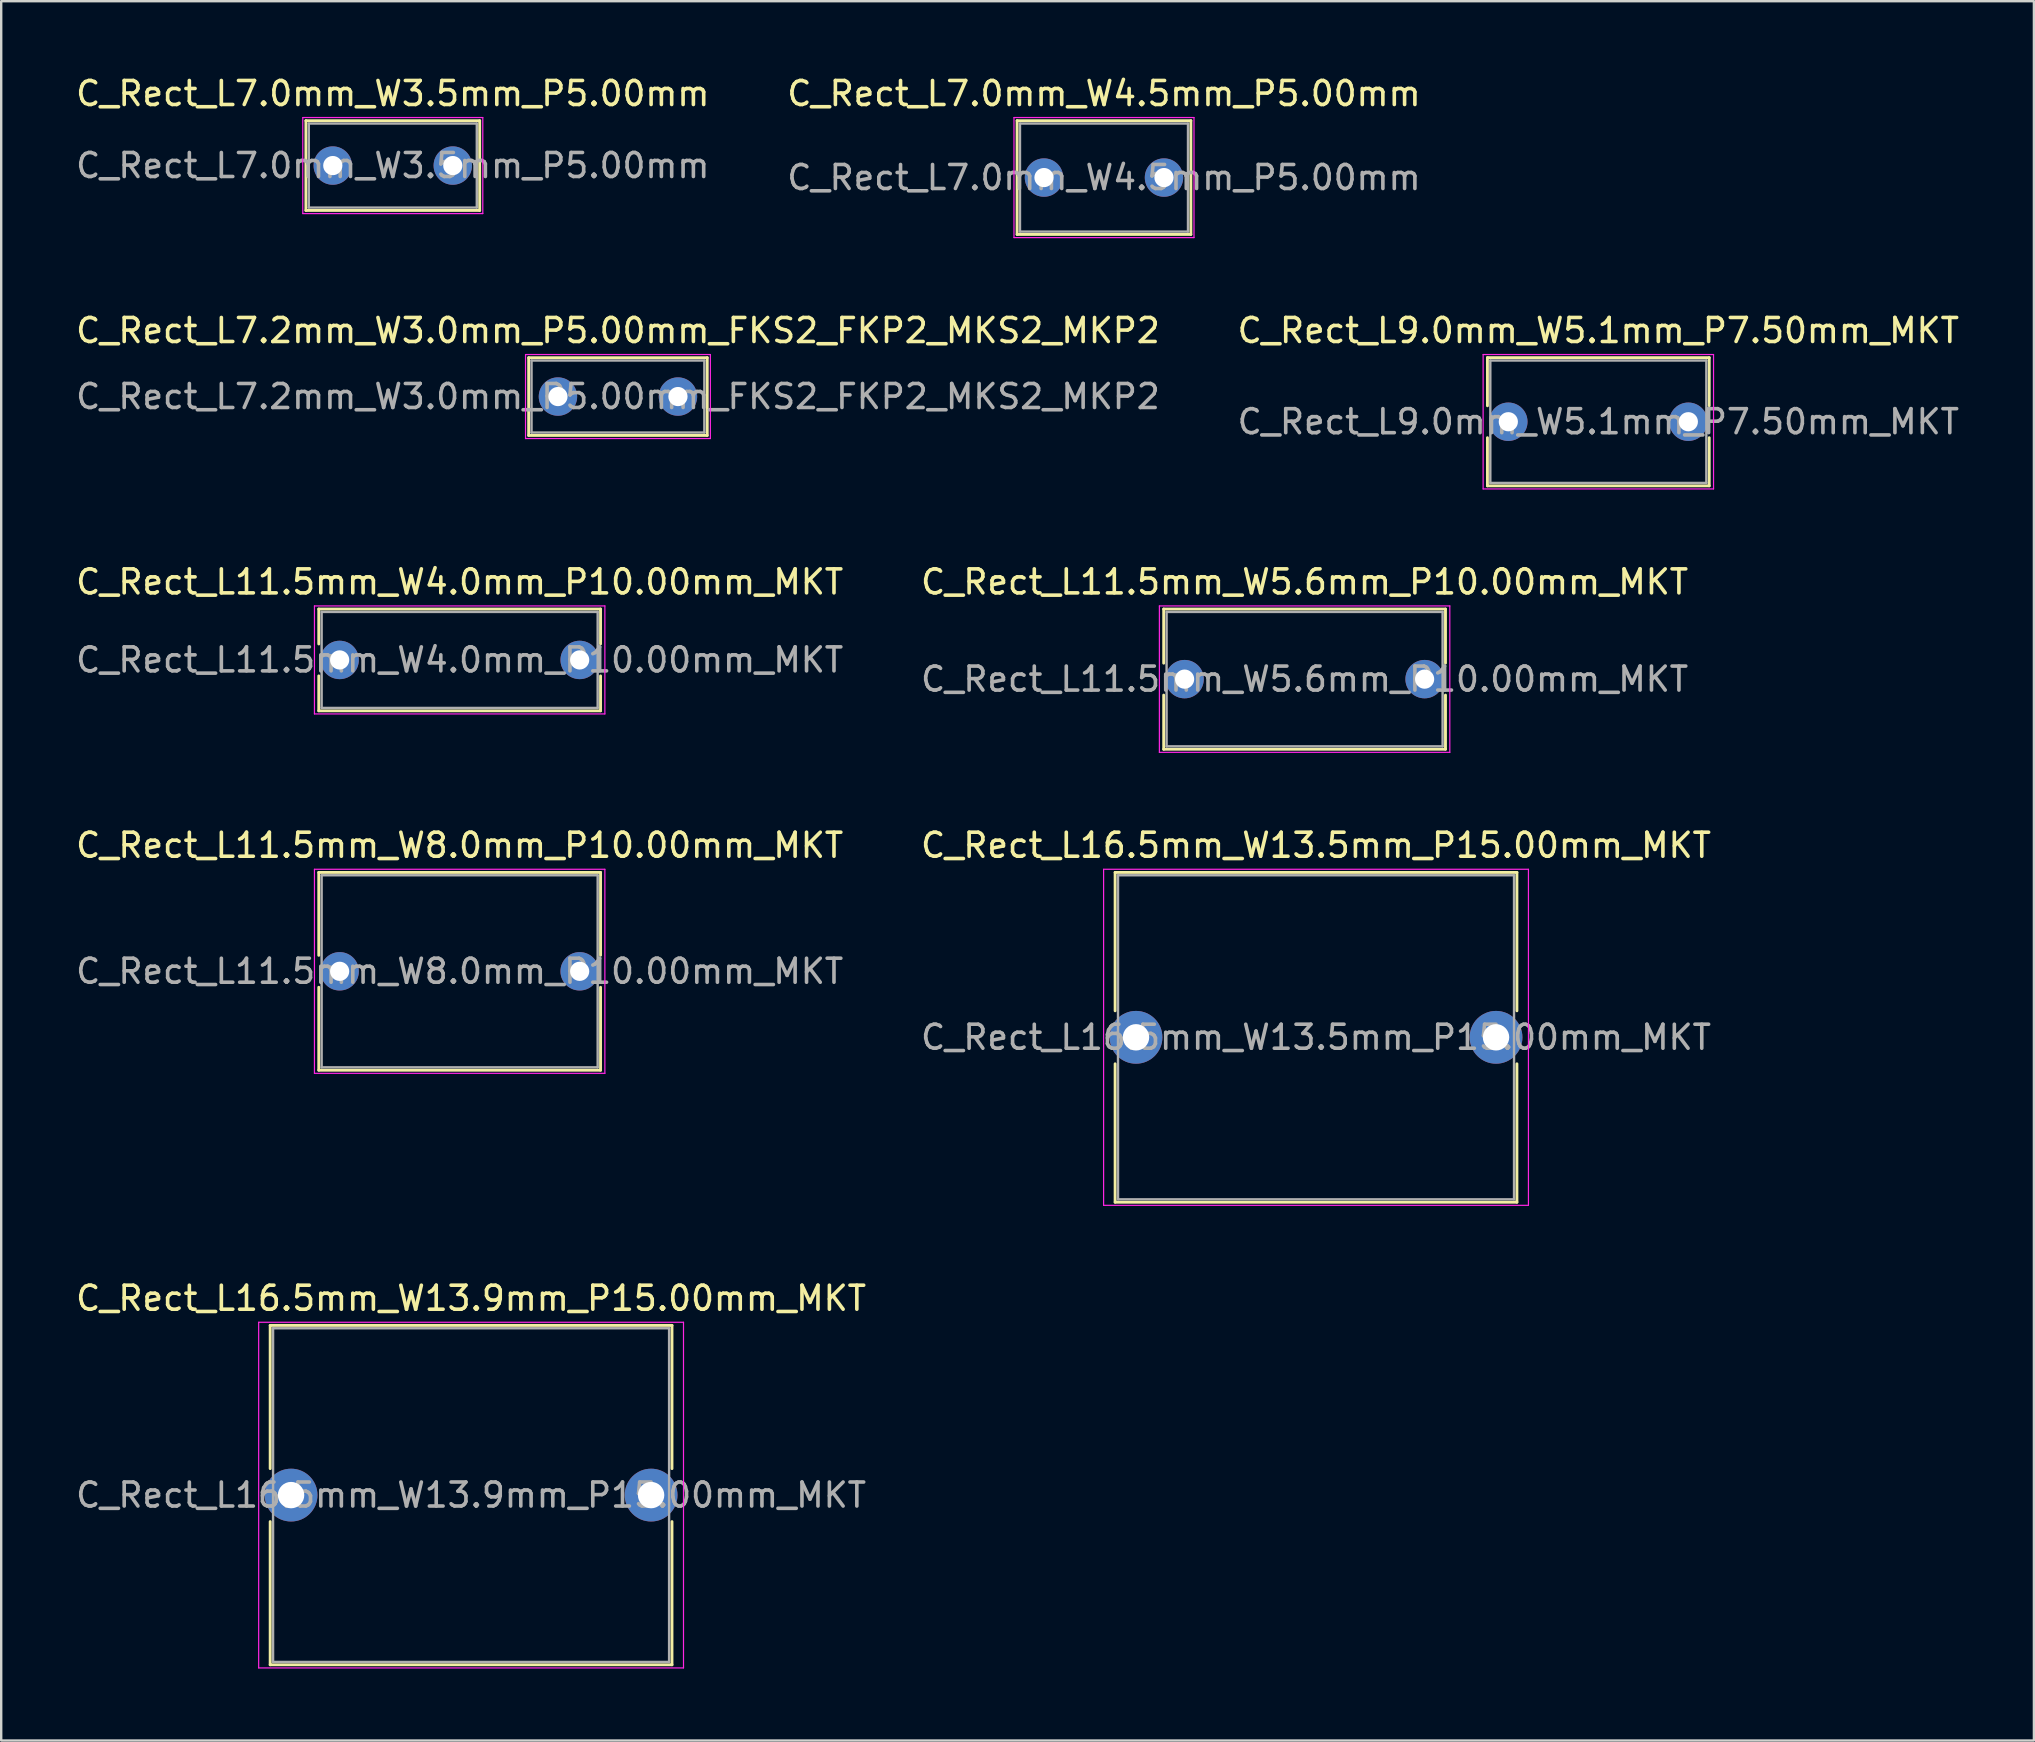
<source format=kicad_pcb>
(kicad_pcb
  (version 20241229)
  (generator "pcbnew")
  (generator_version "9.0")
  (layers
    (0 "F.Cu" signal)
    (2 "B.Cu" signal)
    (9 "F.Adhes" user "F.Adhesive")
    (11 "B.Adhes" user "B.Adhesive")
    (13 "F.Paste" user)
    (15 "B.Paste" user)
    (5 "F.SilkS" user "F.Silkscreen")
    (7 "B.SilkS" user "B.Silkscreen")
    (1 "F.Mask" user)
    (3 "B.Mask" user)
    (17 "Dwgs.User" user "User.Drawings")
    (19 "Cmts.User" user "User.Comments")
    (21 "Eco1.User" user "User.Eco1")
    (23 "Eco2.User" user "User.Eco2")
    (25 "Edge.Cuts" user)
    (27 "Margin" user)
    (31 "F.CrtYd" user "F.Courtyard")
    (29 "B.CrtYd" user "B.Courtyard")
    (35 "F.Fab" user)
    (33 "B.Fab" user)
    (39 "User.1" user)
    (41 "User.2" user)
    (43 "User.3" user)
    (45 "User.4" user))
  (footprint "C_Rect_L7.0mm_W4.5mm_P5.00mm"
    (layer "F.Cu")
    (at 40.446 4.348)
    (property "Reference" "C_Rect_L7.0mm_W4.5mm_P5.00mm" (at 2.5 -3.5 0) (layer "F.SilkS") (effects (font (size 1 1) (thickness 0.15))))
    (attr through_hole)
    (fp_line (start -1.12 -2.37) (end -1.12 2.37) (stroke (width 0.12) (type solid)) (layer "F.SilkS"))
    (fp_line (start -1.12 -2.37) (end 6.12 -2.37) (stroke (width 0.12) (type solid)) (layer "F.SilkS"))
    (fp_line (start -1.12 2.37) (end 6.12 2.37) (stroke (width 0.12) (type solid)) (layer "F.SilkS"))
    (fp_line (start 6.12 -2.37) (end 6.12 2.37) (stroke (width 0.12) (type solid)) (layer "F.SilkS"))
    (fp_line (start -1.25 -2.5) (end -1.25 2.5) (stroke (width 0.05) (type solid)) (layer "F.CrtYd"))
    (fp_line (start -1.25 2.5) (end 6.25 2.5) (stroke (width 0.05) (type solid)) (layer "F.CrtYd"))
    (fp_line (start 6.25 -2.5) (end -1.25 -2.5) (stroke (width 0.05) (type solid)) (layer "F.CrtYd"))
    (fp_line (start 6.25 2.5) (end 6.25 -2.5) (stroke (width 0.05) (type solid)) (layer "F.CrtYd"))
    (fp_line (start -1 -2.25) (end -1 2.25) (stroke (width 0.1) (type solid)) (layer "F.Fab"))
    (fp_line (start -1 2.25) (end 6 2.25) (stroke (width 0.1) (type solid)) (layer "F.Fab"))
    (fp_line (start 6 -2.25) (end -1 -2.25) (stroke (width 0.1) (type solid)) (layer "F.Fab"))
    (fp_line (start 6 2.25) (end 6 -2.25) (stroke (width 0.1) (type solid)) (layer "F.Fab"))
    (fp_text user "${REFERENCE}" (at 2.5 0 0) (layer "F.Fab") (effects (font (size 1 1) (thickness 0.15))))
    (pad "1" thru_hole circle (at 0 0) (size 1.6 1.6) (drill 0.8) (layers "*.Cu" "*.Mask"))
    (pad "2" thru_hole circle (at 5 0) (size 1.6 1.6) (drill 0.8) (layers "*.Cu" "*.Mask")))
  (footprint "C_Rect_L16.5mm_W13.5mm_P15.00mm_MKT"
    (layer "F.Cu")
    (at 44.28 40.168)
    (property "Reference" "C_Rect_L16.5mm_W13.5mm_P15.00mm_MKT" (at 7.5 -8 0) (layer "F.SilkS") (effects (font (size 1 1) (thickness 0.15))))
    (attr through_hole)
    (fp_line (start -0.87 -6.87) (end -0.87 -1.104) (stroke (width 0.12) (type solid)) (layer "F.SilkS"))
    (fp_line (start -0.87 -6.87) (end 15.87 -6.87) (stroke (width 0.12) (type solid)) (layer "F.SilkS"))
    (fp_line (start -0.87 1.104) (end -0.87 6.87) (stroke (width 0.12) (type solid)) (layer "F.SilkS"))
    (fp_line (start -0.87 6.87) (end 15.87 6.87) (stroke (width 0.12) (type solid)) (layer "F.SilkS"))
    (fp_line (start 15.87 -6.87) (end 15.87 -1.104) (stroke (width 0.12) (type solid)) (layer "F.SilkS"))
    (fp_line (start 15.87 1.104) (end 15.87 6.87) (stroke (width 0.12) (type solid)) (layer "F.SilkS"))
    (fp_line (start -1.35 -7) (end -1.35 7) (stroke (width 0.05) (type solid)) (layer "F.CrtYd"))
    (fp_line (start -1.35 7) (end 16.35 7) (stroke (width 0.05) (type solid)) (layer "F.CrtYd"))
    (fp_line (start 16.35 -7) (end -1.35 -7) (stroke (width 0.05) (type solid)) (layer "F.CrtYd"))
    (fp_line (start 16.35 7) (end 16.35 -7) (stroke (width 0.05) (type solid)) (layer "F.CrtYd"))
    (fp_line (start -0.75 -6.75) (end -0.75 6.75) (stroke (width 0.1) (type solid)) (layer "F.Fab"))
    (fp_line (start -0.75 6.75) (end 15.75 6.75) (stroke (width 0.1) (type solid)) (layer "F.Fab"))
    (fp_line (start 15.75 -6.75) (end -0.75 -6.75) (stroke (width 0.1) (type solid)) (layer "F.Fab"))
    (fp_line (start 15.75 6.75) (end 15.75 -6.75) (stroke (width 0.1) (type solid)) (layer "F.Fab"))
    (fp_text user "${REFERENCE}" (at 7.5 0 0) (layer "F.Fab") (effects (font (size 1 1) (thickness 0.15))))
    (pad "1" thru_hole circle (at 0 0) (size 2.2 2.2) (drill 1.1) (layers "*.Cu" "*.Mask"))
    (pad "2" thru_hole circle (at 15 0) (size 2.2 2.2) (drill 1.1) (layers "*.Cu" "*.Mask")))
  (footprint "C_Rect_L11.5mm_W8.0mm_P10.00mm_MKT"
    (layer "F.Cu")
    (at 11.101 37.418)
    (property "Reference" "C_Rect_L11.5mm_W8.0mm_P10.00mm_MKT" (at 5 -5.25 0) (layer "F.SilkS") (effects (font (size 1 1) (thickness 0.15))))
    (attr through_hole)
    (fp_line (start -0.87 -4.12) (end -0.87 -0.665) (stroke (width 0.12) (type solid)) (layer "F.SilkS"))
    (fp_line (start -0.87 -4.12) (end 10.87 -4.12) (stroke (width 0.12) (type solid)) (layer "F.SilkS"))
    (fp_line (start -0.87 0.665) (end -0.87 4.12) (stroke (width 0.12) (type solid)) (layer "F.SilkS"))
    (fp_line (start -0.87 4.12) (end 10.87 4.12) (stroke (width 0.12) (type solid)) (layer "F.SilkS"))
    (fp_line (start 10.87 -4.12) (end 10.87 -0.665) (stroke (width 0.12) (type solid)) (layer "F.SilkS"))
    (fp_line (start 10.87 0.665) (end 10.87 4.12) (stroke (width 0.12) (type solid)) (layer "F.SilkS"))
    (fp_line (start -1.05 -4.25) (end -1.05 4.25) (stroke (width 0.05) (type solid)) (layer "F.CrtYd"))
    (fp_line (start -1.05 4.25) (end 11.05 4.25) (stroke (width 0.05) (type solid)) (layer "F.CrtYd"))
    (fp_line (start 11.05 -4.25) (end -1.05 -4.25) (stroke (width 0.05) (type solid)) (layer "F.CrtYd"))
    (fp_line (start 11.05 4.25) (end 11.05 -4.25) (stroke (width 0.05) (type solid)) (layer "F.CrtYd"))
    (fp_line (start -0.75 -4) (end -0.75 4) (stroke (width 0.1) (type solid)) (layer "F.Fab"))
    (fp_line (start -0.75 4) (end 10.75 4) (stroke (width 0.1) (type solid)) (layer "F.Fab"))
    (fp_line (start 10.75 -4) (end -0.75 -4) (stroke (width 0.1) (type solid)) (layer "F.Fab"))
    (fp_line (start 10.75 4) (end 10.75 -4) (stroke (width 0.1) (type solid)) (layer "F.Fab"))
    (fp_text user "${REFERENCE}" (at 5 0 0) (layer "F.Fab") (effects (font (size 1 1) (thickness 0.15))))
    (pad "1" thru_hole circle (at 0 0) (size 1.6 1.6) (drill 0.8) (layers "*.Cu" "*.Mask"))
    (pad "2" thru_hole circle (at 10 0) (size 1.6 1.6) (drill 0.8) (layers "*.Cu" "*.Mask")))
  (footprint "C_Rect_L11.5mm_W4.0mm_P10.00mm_MKT"
    (layer "F.Cu")
    (at 11.101 24.445)
    (property "Reference" "C_Rect_L11.5mm_W4.0mm_P10.00mm_MKT" (at 5 -3.25 0) (layer "F.SilkS") (effects (font (size 1 1) (thickness 0.15))))
    (attr through_hole)
    (fp_line (start -0.87 -2.12) (end -0.87 -0.665) (stroke (width 0.12) (type solid)) (layer "F.SilkS"))
    (fp_line (start -0.87 -2.12) (end 10.87 -2.12) (stroke (width 0.12) (type solid)) (layer "F.SilkS"))
    (fp_line (start -0.87 0.665) (end -0.87 2.12) (stroke (width 0.12) (type solid)) (layer "F.SilkS"))
    (fp_line (start -0.87 2.12) (end 10.87 2.12) (stroke (width 0.12) (type solid)) (layer "F.SilkS"))
    (fp_line (start 10.87 -2.12) (end 10.87 -0.665) (stroke (width 0.12) (type solid)) (layer "F.SilkS"))
    (fp_line (start 10.87 0.665) (end 10.87 2.12) (stroke (width 0.12) (type solid)) (layer "F.SilkS"))
    (fp_line (start -1.05 -2.25) (end -1.05 2.25) (stroke (width 0.05) (type solid)) (layer "F.CrtYd"))
    (fp_line (start -1.05 2.25) (end 11.05 2.25) (stroke (width 0.05) (type solid)) (layer "F.CrtYd"))
    (fp_line (start 11.05 -2.25) (end -1.05 -2.25) (stroke (width 0.05) (type solid)) (layer "F.CrtYd"))
    (fp_line (start 11.05 2.25) (end 11.05 -2.25) (stroke (width 0.05) (type solid)) (layer "F.CrtYd"))
    (fp_line (start -0.75 -2) (end -0.75 2) (stroke (width 0.1) (type solid)) (layer "F.Fab"))
    (fp_line (start -0.75 2) (end 10.75 2) (stroke (width 0.1) (type solid)) (layer "F.Fab"))
    (fp_line (start 10.75 -2) (end -0.75 -2) (stroke (width 0.1) (type solid)) (layer "F.Fab"))
    (fp_line (start 10.75 2) (end 10.75 -2) (stroke (width 0.1) (type solid)) (layer "F.Fab"))
    (fp_text user "${REFERENCE}" (at 5 0 0) (layer "F.Fab") (effects (font (size 1 1) (thickness 0.15))))
    (pad "1" thru_hole circle (at 0 0) (size 1.6 1.6) (drill 0.8) (layers "*.Cu" "*.Mask"))
    (pad "2" thru_hole circle (at 10 0) (size 1.6 1.6) (drill 0.8) (layers "*.Cu" "*.Mask")))
  (footprint "C_Rect_L16.5mm_W13.9mm_P15.00mm_MKT"
    (layer "F.Cu")
    (at 9.077 59.241)
    (property "Reference" "C_Rect_L16.5mm_W13.9mm_P15.00mm_MKT" (at 7.5 -8.2 0) (layer "F.SilkS") (effects (font (size 1 1) (thickness 0.15))))
    (attr through_hole)
    (fp_line (start -0.87 -7.07) (end -0.87 -1.104) (stroke (width 0.12) (type solid)) (layer "F.SilkS"))
    (fp_line (start -0.87 -7.07) (end 15.87 -7.07) (stroke (width 0.12) (type solid)) (layer "F.SilkS"))
    (fp_line (start -0.87 1.104) (end -0.87 7.07) (stroke (width 0.12) (type solid)) (layer "F.SilkS"))
    (fp_line (start -0.87 7.07) (end 15.87 7.07) (stroke (width 0.12) (type solid)) (layer "F.SilkS"))
    (fp_line (start 15.87 -7.07) (end 15.87 -1.104) (stroke (width 0.12) (type solid)) (layer "F.SilkS"))
    (fp_line (start 15.87 1.104) (end 15.87 7.07) (stroke (width 0.12) (type solid)) (layer "F.SilkS"))
    (fp_line (start -1.35 -7.2) (end -1.35 7.2) (stroke (width 0.05) (type solid)) (layer "F.CrtYd"))
    (fp_line (start -1.35 7.2) (end 16.35 7.2) (stroke (width 0.05) (type solid)) (layer "F.CrtYd"))
    (fp_line (start 16.35 -7.2) (end -1.35 -7.2) (stroke (width 0.05) (type solid)) (layer "F.CrtYd"))
    (fp_line (start 16.35 7.2) (end 16.35 -7.2) (stroke (width 0.05) (type solid)) (layer "F.CrtYd"))
    (fp_line (start -0.75 -6.95) (end -0.75 6.95) (stroke (width 0.1) (type solid)) (layer "F.Fab"))
    (fp_line (start -0.75 6.95) (end 15.75 6.95) (stroke (width 0.1) (type solid)) (layer "F.Fab"))
    (fp_line (start 15.75 -6.95) (end -0.75 -6.95) (stroke (width 0.1) (type solid)) (layer "F.Fab"))
    (fp_line (start 15.75 6.95) (end 15.75 -6.95) (stroke (width 0.1) (type solid)) (layer "F.Fab"))
    (fp_text user "${REFERENCE}" (at 7.5 0 0) (layer "F.Fab") (effects (font (size 1 1) (thickness 0.15))))
    (pad "1" thru_hole circle (at 0 0) (size 2.2 2.2) (drill 1.1) (layers "*.Cu" "*.Mask"))
    (pad "2" thru_hole circle (at 15 0) (size 2.2 2.2) (drill 1.1) (layers "*.Cu" "*.Mask")))
  (footprint "C_Rect_L7.2mm_W3.0mm_P5.00mm_FKS2_FKP2_MKS2_MKP2"
    (layer "F.Cu")
    (at 20.196 13.472)
    (property "Reference" "C_Rect_L7.2mm_W3.0mm_P5.00mm_FKS2_FKP2_MKS2_MKP2" (at 2.5 -2.75 0) (layer "F.SilkS") (effects (font (size 1 1) (thickness 0.15))))
    (attr through_hole)
    (fp_line (start -1.22 -1.62) (end -1.22 1.62) (stroke (width 0.12) (type solid)) (layer "F.SilkS"))
    (fp_line (start -1.22 -1.62) (end 6.22 -1.62) (stroke (width 0.12) (type solid)) (layer "F.SilkS"))
    (fp_line (start -1.22 1.62) (end 6.22 1.62) (stroke (width 0.12) (type solid)) (layer "F.SilkS"))
    (fp_line (start 6.22 -1.62) (end 6.22 1.62) (stroke (width 0.12) (type solid)) (layer "F.SilkS"))
    (fp_line (start -1.35 -1.75) (end -1.35 1.75) (stroke (width 0.05) (type solid)) (layer "F.CrtYd"))
    (fp_line (start -1.35 1.75) (end 6.35 1.75) (stroke (width 0.05) (type solid)) (layer "F.CrtYd"))
    (fp_line (start 6.35 -1.75) (end -1.35 -1.75) (stroke (width 0.05) (type solid)) (layer "F.CrtYd"))
    (fp_line (start 6.35 1.75) (end 6.35 -1.75) (stroke (width 0.05) (type solid)) (layer "F.CrtYd"))
    (fp_line (start -1.1 -1.5) (end -1.1 1.5) (stroke (width 0.1) (type solid)) (layer "F.Fab"))
    (fp_line (start -1.1 1.5) (end 6.1 1.5) (stroke (width 0.1) (type solid)) (layer "F.Fab"))
    (fp_line (start 6.1 -1.5) (end -1.1 -1.5) (stroke (width 0.1) (type solid)) (layer "F.Fab"))
    (fp_line (start 6.1 1.5) (end 6.1 -1.5) (stroke (width 0.1) (type solid)) (layer "F.Fab"))
    (fp_text user "${REFERENCE}" (at 2.5 0 0) (layer "F.Fab") (effects (font (size 1 1) (thickness 0.15))))
    (pad "1" thru_hole circle (at 0 0) (size 1.6 1.6) (drill 0.8) (layers "*.Cu" "*.Mask"))
    (pad "2" thru_hole circle (at 5 0) (size 1.6 1.6) (drill 0.8) (layers "*.Cu" "*.Mask")))
  (footprint "C_Rect_L9.0mm_W5.1mm_P7.50mm_MKT"
    (layer "F.Cu")
    (at 59.792 14.521)
    (property "Reference" "C_Rect_L9.0mm_W5.1mm_P7.50mm_MKT" (at 3.75 -3.8 0) (layer "F.SilkS") (effects (font (size 1 1) (thickness 0.15))))
    (attr through_hole)
    (fp_line (start -0.87 -2.67) (end -0.87 -0.665) (stroke (width 0.12) (type solid)) (layer "F.SilkS"))
    (fp_line (start -0.87 -2.67) (end 8.37 -2.67) (stroke (width 0.12) (type solid)) (layer "F.SilkS"))
    (fp_line (start -0.87 0.665) (end -0.87 2.67) (stroke (width 0.12) (type solid)) (layer "F.SilkS"))
    (fp_line (start -0.87 2.67) (end 8.37 2.67) (stroke (width 0.12) (type solid)) (layer "F.SilkS"))
    (fp_line (start 8.37 -2.67) (end 8.37 -0.665) (stroke (width 0.12) (type solid)) (layer "F.SilkS"))
    (fp_line (start 8.37 0.665) (end 8.37 2.67) (stroke (width 0.12) (type solid)) (layer "F.SilkS"))
    (fp_line (start -1.05 -2.8) (end -1.05 2.8) (stroke (width 0.05) (type solid)) (layer "F.CrtYd"))
    (fp_line (start -1.05 2.8) (end 8.55 2.8) (stroke (width 0.05) (type solid)) (layer "F.CrtYd"))
    (fp_line (start 8.55 -2.8) (end -1.05 -2.8) (stroke (width 0.05) (type solid)) (layer "F.CrtYd"))
    (fp_line (start 8.55 2.8) (end 8.55 -2.8) (stroke (width 0.05) (type solid)) (layer "F.CrtYd"))
    (fp_line (start -0.75 -2.55) (end -0.75 2.55) (stroke (width 0.1) (type solid)) (layer "F.Fab"))
    (fp_line (start -0.75 2.55) (end 8.25 2.55) (stroke (width 0.1) (type solid)) (layer "F.Fab"))
    (fp_line (start 8.25 -2.55) (end -0.75 -2.55) (stroke (width 0.1) (type solid)) (layer "F.Fab"))
    (fp_line (start 8.25 2.55) (end 8.25 -2.55) (stroke (width 0.1) (type solid)) (layer "F.Fab"))
    (fp_text user "${REFERENCE}" (at 3.75 0 0) (layer "F.Fab") (effects (font (size 1 1) (thickness 0.15))))
    (pad "1" thru_hole circle (at 0 0) (size 1.6 1.6) (drill 0.8) (layers "*.Cu" "*.Mask"))
    (pad "2" thru_hole circle (at 7.5 0) (size 1.6 1.6) (drill 0.8) (layers "*.Cu" "*.Mask")))
  (footprint "C_Rect_L7.0mm_W3.5mm_P5.00mm"
    (layer "F.Cu")
    (at 10.815 3.848)
    (property "Reference" "C_Rect_L7.0mm_W3.5mm_P5.00mm" (at 2.5 -3 0) (layer "F.SilkS") (effects (font (size 1 1) (thickness 0.15))))
    (attr through_hole)
    (fp_line (start -1.12 -1.87) (end -1.12 1.87) (stroke (width 0.12) (type solid)) (layer "F.SilkS"))
    (fp_line (start -1.12 -1.87) (end 6.12 -1.87) (stroke (width 0.12) (type solid)) (layer "F.SilkS"))
    (fp_line (start -1.12 1.87) (end 6.12 1.87) (stroke (width 0.12) (type solid)) (layer "F.SilkS"))
    (fp_line (start 6.12 -1.87) (end 6.12 1.87) (stroke (width 0.12) (type solid)) (layer "F.SilkS"))
    (fp_line (start -1.25 -2) (end -1.25 2) (stroke (width 0.05) (type solid)) (layer "F.CrtYd"))
    (fp_line (start -1.25 2) (end 6.25 2) (stroke (width 0.05) (type solid)) (layer "F.CrtYd"))
    (fp_line (start 6.25 -2) (end -1.25 -2) (stroke (width 0.05) (type solid)) (layer "F.CrtYd"))
    (fp_line (start 6.25 2) (end 6.25 -2) (stroke (width 0.05) (type solid)) (layer "F.CrtYd"))
    (fp_line (start -1 -1.75) (end -1 1.75) (stroke (width 0.1) (type solid)) (layer "F.Fab"))
    (fp_line (start -1 1.75) (end 6 1.75) (stroke (width 0.1) (type solid)) (layer "F.Fab"))
    (fp_line (start 6 -1.75) (end -1 -1.75) (stroke (width 0.1) (type solid)) (layer "F.Fab"))
    (fp_line (start 6 1.75) (end 6 -1.75) (stroke (width 0.1) (type solid)) (layer "F.Fab"))
    (fp_text user "${REFERENCE}" (at 2.5 0 0) (layer "F.Fab") (effects (font (size 1 1) (thickness 0.15))))
    (pad "1" thru_hole circle (at 0 0) (size 1.6 1.6) (drill 0.8) (layers "*.Cu" "*.Mask"))
    (pad "2" thru_hole circle (at 5 0) (size 1.6 1.6) (drill 0.8) (layers "*.Cu" "*.Mask")))
  (footprint "C_Rect_L11.5mm_W5.6mm_P10.00mm_MKT"
    (layer "F.Cu")
    (at 46.304 25.245)
    (property "Reference" "C_Rect_L11.5mm_W5.6mm_P10.00mm_MKT" (at 5 -4.05 0) (layer "F.SilkS") (effects (font (size 1 1) (thickness 0.15))))
    (attr through_hole)
    (fp_line (start -0.87 -2.92) (end -0.87 -0.665) (stroke (width 0.12) (type solid)) (layer "F.SilkS"))
    (fp_line (start -0.87 -2.92) (end 10.87 -2.92) (stroke (width 0.12) (type solid)) (layer "F.SilkS"))
    (fp_line (start -0.87 0.665) (end -0.87 2.92) (stroke (width 0.12) (type solid)) (layer "F.SilkS"))
    (fp_line (start -0.87 2.92) (end 10.87 2.92) (stroke (width 0.12) (type solid)) (layer "F.SilkS"))
    (fp_line (start 10.87 -2.92) (end 10.87 -0.665) (stroke (width 0.12) (type solid)) (layer "F.SilkS"))
    (fp_line (start 10.87 0.665) (end 10.87 2.92) (stroke (width 0.12) (type solid)) (layer "F.SilkS"))
    (fp_line (start -1.05 -3.05) (end -1.05 3.05) (stroke (width 0.05) (type solid)) (layer "F.CrtYd"))
    (fp_line (start -1.05 3.05) (end 11.05 3.05) (stroke (width 0.05) (type solid)) (layer "F.CrtYd"))
    (fp_line (start 11.05 -3.05) (end -1.05 -3.05) (stroke (width 0.05) (type solid)) (layer "F.CrtYd"))
    (fp_line (start 11.05 3.05) (end 11.05 -3.05) (stroke (width 0.05) (type solid)) (layer "F.CrtYd"))
    (fp_line (start -0.75 -2.8) (end -0.75 2.8) (stroke (width 0.1) (type solid)) (layer "F.Fab"))
    (fp_line (start -0.75 2.8) (end 10.75 2.8) (stroke (width 0.1) (type solid)) (layer "F.Fab"))
    (fp_line (start 10.75 -2.8) (end -0.75 -2.8) (stroke (width 0.1) (type solid)) (layer "F.Fab"))
    (fp_line (start 10.75 2.8) (end 10.75 -2.8) (stroke (width 0.1) (type solid)) (layer "F.Fab"))
    (fp_text user "${REFERENCE}" (at 5 0 0) (layer "F.Fab") (effects (font (size 1 1) (thickness 0.15))))
    (pad "1" thru_hole circle (at 0 0) (size 1.6 1.6) (drill 0.8) (layers "*.Cu" "*.Mask"))
    (pad "2" thru_hole circle (at 10 0) (size 1.6 1.6) (drill 0.8) (layers "*.Cu" "*.Mask")))
  (gr_rect
    (start -3 -3)
    (end 81.69 69.466)
    (stroke (width 0.1) (type default))
    (fill no)
    (layer "Edge.Cuts")))
</source>
